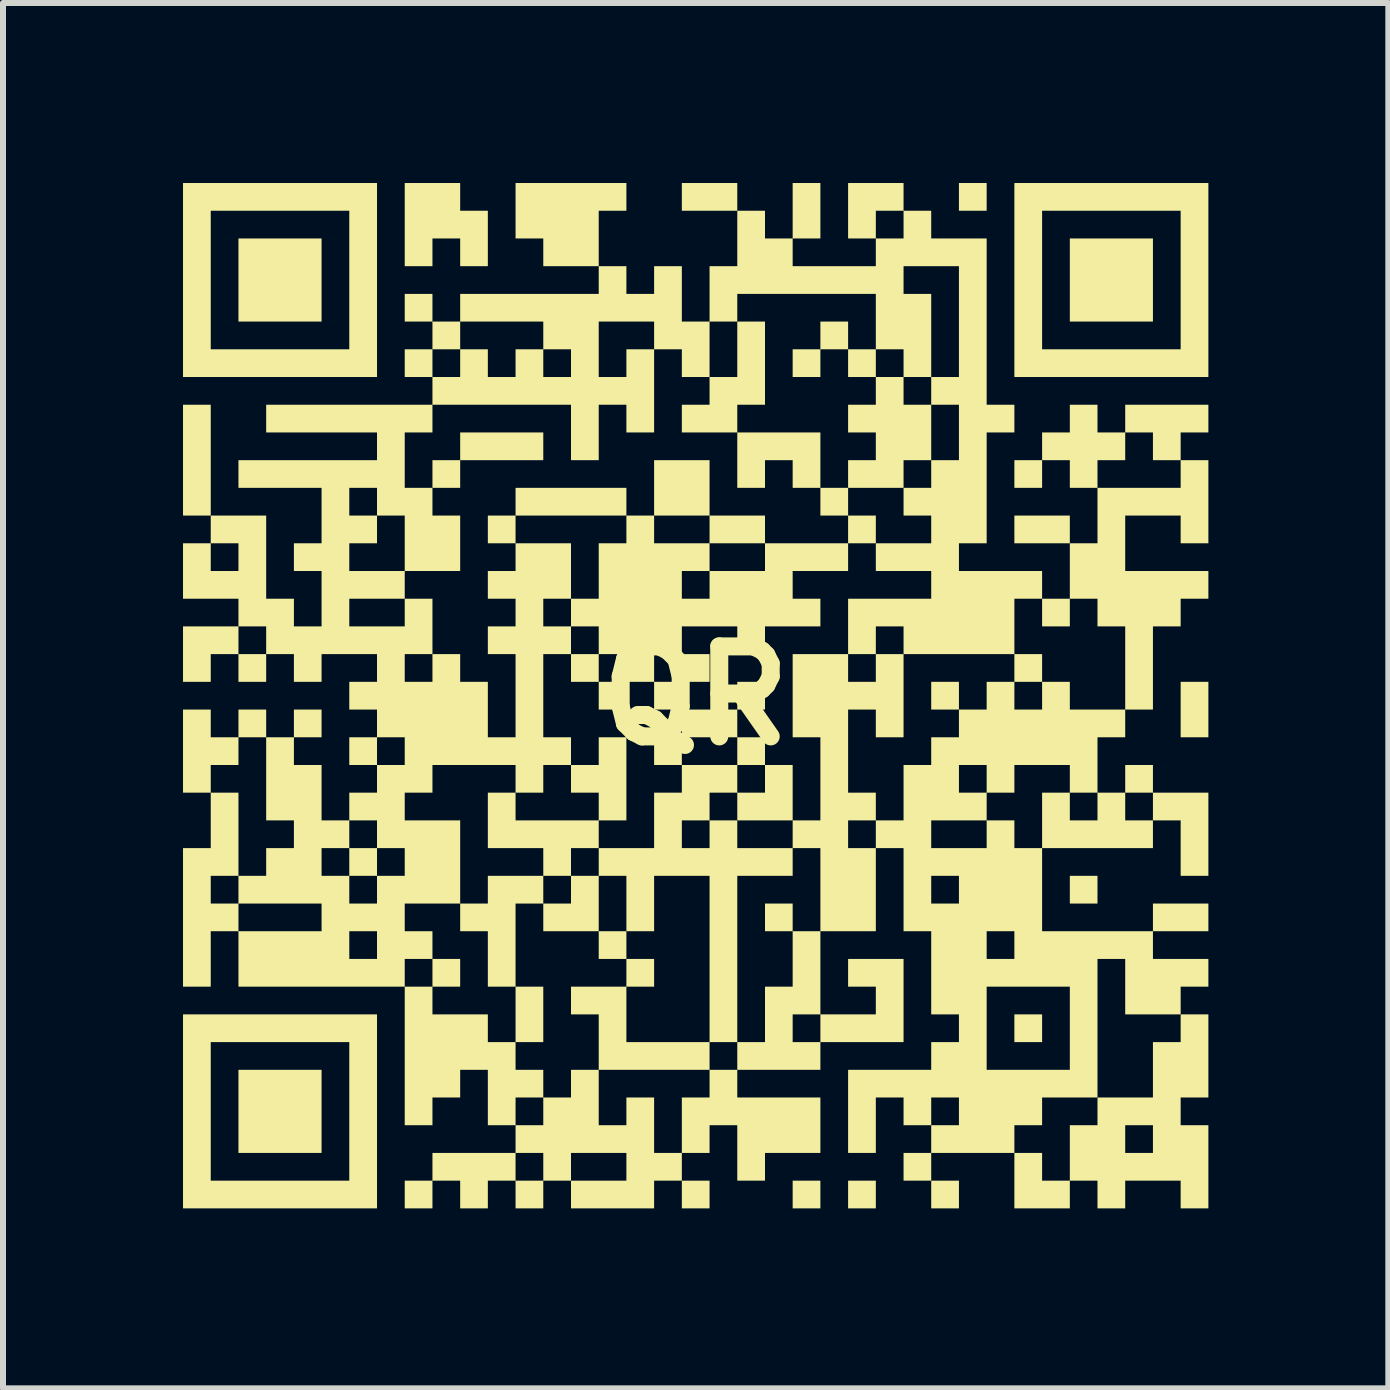
<source format=kicad_pcb>
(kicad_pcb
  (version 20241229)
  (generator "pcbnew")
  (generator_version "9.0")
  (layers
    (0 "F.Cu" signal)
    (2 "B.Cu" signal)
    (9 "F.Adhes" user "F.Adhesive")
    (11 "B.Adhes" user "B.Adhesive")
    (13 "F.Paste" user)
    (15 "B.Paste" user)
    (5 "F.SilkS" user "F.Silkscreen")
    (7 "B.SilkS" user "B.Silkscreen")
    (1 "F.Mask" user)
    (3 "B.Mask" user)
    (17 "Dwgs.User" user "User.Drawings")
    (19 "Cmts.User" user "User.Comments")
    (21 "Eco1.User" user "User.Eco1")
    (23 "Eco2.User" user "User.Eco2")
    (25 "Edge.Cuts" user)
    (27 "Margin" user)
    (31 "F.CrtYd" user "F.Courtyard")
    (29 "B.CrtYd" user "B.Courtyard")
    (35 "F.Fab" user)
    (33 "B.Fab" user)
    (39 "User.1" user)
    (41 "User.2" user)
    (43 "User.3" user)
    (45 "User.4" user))
  (footprint "QR"
    (layer "F.Cu")
    (at 8.544 8.544)
    (property "Reference" "QR" (at 0 0 0) (layer "F.SilkS") (effects (font (size 1.5 1.5) (thickness 0.3))))
    (attr board_only exclude_from_pos_files exclude_from_bom)
    (fp_poly (pts (xy -8.082 -3.925) (xy -8.082 -3.002) (xy -8.313 -3.002) (xy -8.544 -3.002) (xy -8.544 -3.925) (xy -8.544 -4.849) (xy -8.313 -4.849) (xy -8.082 -4.849)) (stroke (width 0) (type solid)) (fill yes) (layer "F.SilkS"))
    (fp_poly (pts (xy -6.235 -6.927) (xy -6.235 -6.235) (xy -6.927 -6.235) (xy -7.62 -6.235) (xy -7.62 -6.927) (xy -7.62 -7.62) (xy -6.927 -7.62) (xy -6.235 -7.62)) (stroke (width 0) (type solid)) (fill yes) (layer "F.SilkS"))
    (fp_poly (pts (xy -6.235 6.927) (xy -6.235 7.62) (xy -6.927 7.62) (xy -7.62 7.62) (xy -7.62 6.927) (xy -7.62 6.235) (xy -6.927 6.235) (xy -6.235 6.235)) (stroke (width 0) (type solid)) (fill yes) (layer "F.SilkS"))
    (fp_poly (pts (xy -5.311 2.771) (xy -5.311 3.002) (xy -5.542 3.002) (xy -5.773 3.002) (xy -5.773 2.771) (xy -5.773 2.54) (xy -5.542 2.54) (xy -5.311 2.54)) (stroke (width 0) (type solid)) (fill yes) (layer "F.SilkS"))
    (fp_poly (pts (xy -3.925 4.618) (xy -3.925 4.849) (xy -4.156 4.849) (xy -4.387 4.849) (xy -4.387 4.618) (xy -4.387 4.387) (xy -4.156 4.387) (xy -3.925 4.387)) (stroke (width 0) (type solid)) (fill yes) (layer "F.SilkS"))
    (fp_poly (pts (xy -2.54 5.311) (xy -2.54 5.773) (xy -2.771 5.773) (xy -3.002 5.773) (xy -3.002 5.311) (xy -3.002 4.849) (xy -2.771 4.849) (xy -2.54 4.849)) (stroke (width 0) (type solid)) (fill yes) (layer "F.SilkS"))
    (fp_poly (pts (xy -1.155 4.156) (xy -1.155 4.387) (xy -1.385 4.387) (xy -1.616 4.387) (xy -1.616 4.156) (xy -1.616 3.925) (xy -1.385 3.925) (xy -1.155 3.925)) (stroke (width 0) (type solid)) (fill yes) (layer "F.SilkS"))
    (fp_poly (pts (xy 0.231 8.313) (xy 0.231 8.544) (xy -0.000001 8.544) (xy -0.231 8.544) (xy -0.231 8.313) (xy -0.231 8.082) (xy -0.000001 8.082) (xy 0.231 8.082)) (stroke (width 0) (type solid)) (fill yes) (layer "F.SilkS"))
    (fp_poly (pts (xy 0.693 -8.313) (xy 0.693 -8.082) (xy 0.231 -8.082) (xy -0.231 -8.082) (xy -0.231 -8.313) (xy -0.231 -8.544) (xy 0.231 -8.544) (xy 0.693 -8.544)) (stroke (width 0) (type solid)) (fill yes) (layer "F.SilkS"))
    (fp_poly (pts (xy 1.616 3.695) (xy 1.616 3.925) (xy 1.385 3.925) (xy 1.155 3.925) (xy 1.155 3.695) (xy 1.155 3.464) (xy 1.385 3.464) (xy 1.616 3.464)) (stroke (width 0) (type solid)) (fill yes) (layer "F.SilkS"))
    (fp_poly (pts (xy 2.078 8.313) (xy 2.078 8.544) (xy 1.847 8.544) (xy 1.616 8.544) (xy 1.616 8.313) (xy 1.616 8.082) (xy 1.847 8.082) (xy 2.078 8.082)) (stroke (width 0) (type solid)) (fill yes) (layer "F.SilkS"))
    (fp_poly (pts (xy 3.002 -5.542) (xy 3.002 -5.311) (xy 2.771 -5.311) (xy 2.54 -5.311) (xy 2.54 -5.542) (xy 2.54 -5.773) (xy 2.771 -5.773) (xy 3.002 -5.773)) (stroke (width 0) (type solid)) (fill yes) (layer "F.SilkS"))
    (fp_poly (pts (xy 3.002 8.313) (xy 3.002 8.544) (xy 2.771 8.544) (xy 2.54 8.544) (xy 2.54 8.313) (xy 2.54 8.082) (xy 2.771 8.082) (xy 3.002 8.082)) (stroke (width 0) (type solid)) (fill yes) (layer "F.SilkS"))
    (fp_poly (pts (xy 4.387 -0.000001) (xy 4.387 0.231) (xy 4.156 0.231) (xy 3.925 0.231) (xy 3.925 -0.000001) (xy 3.925 -0.231) (xy 4.156 -0.231) (xy 4.387 -0.231)) (stroke (width 0) (type solid)) (fill yes) (layer "F.SilkS"))
    (fp_poly (pts (xy 4.387 8.313) (xy 4.387 8.544) (xy 4.156 8.544) (xy 3.925 8.544) (xy 3.925 8.313) (xy 3.925 8.082) (xy 4.156 8.082) (xy 4.387 8.082)) (stroke (width 0) (type solid)) (fill yes) (layer "F.SilkS"))
    (fp_poly (pts (xy 4.849 -8.313) (xy 4.849 -8.082) (xy 4.618 -8.082) (xy 4.387 -8.082) (xy 4.387 -8.313) (xy 4.387 -8.544) (xy 4.618 -8.544) (xy 4.849 -8.544)) (stroke (width 0) (type solid)) (fill yes) (layer "F.SilkS"))
    (fp_poly (pts (xy 5.773 -0.462) (xy 5.773 -0.231) (xy 5.542 -0.231) (xy 5.311 -0.231) (xy 5.311 -0.462) (xy 5.311 -0.693) (xy 5.542 -0.693) (xy 5.773 -0.693)) (stroke (width 0) (type solid)) (fill yes) (layer "F.SilkS"))
    (fp_poly (pts (xy 5.773 5.542) (xy 5.773 5.773) (xy 5.542 5.773) (xy 5.311 5.773) (xy 5.311 5.542) (xy 5.311 5.311) (xy 5.542 5.311) (xy 5.773 5.311)) (stroke (width 0) (type solid)) (fill yes) (layer "F.SilkS"))
    (fp_poly (pts (xy 6.696 3.233) (xy 6.696 3.464) (xy 6.465 3.464) (xy 6.235 3.464) (xy 6.235 3.233) (xy 6.235 3.002) (xy 6.465 3.002) (xy 6.696 3.002)) (stroke (width 0) (type solid)) (fill yes) (layer "F.SilkS"))
    (fp_poly (pts (xy 7.62 -6.927) (xy 7.62 -6.235) (xy 6.927 -6.235) (xy 6.235 -6.235) (xy 6.235 -6.927) (xy 6.235 -7.62) (xy 6.927 -7.62) (xy 7.62 -7.62)) (stroke (width 0) (type solid)) (fill yes) (layer "F.SilkS"))
    (fp_poly (pts (xy 8.544 0.231) (xy 8.544 0.693) (xy 8.313 0.693) (xy 8.082 0.693) (xy 8.082 0.231) (xy 8.082 -0.231) (xy 8.313 -0.231) (xy 8.544 -0.231)) (stroke (width 0) (type solid)) (fill yes) (layer "F.SilkS"))
    (fp_poly (pts (xy -2.54 -4.156) (xy -2.54 -3.925) (xy -3.233 -3.925) (xy -3.925 -3.925) (xy -3.925 -3.695) (xy -3.925 -3.464) (xy -4.156 -3.464) (xy -4.387 -3.464) (xy -4.387 -3.695) (xy -4.387 -3.925) (xy -4.156 -3.925) (xy -3.925 -3.925) (xy -3.925 -4.156) (xy -3.925 -4.387) (xy -3.233 -4.387) (xy -2.54 -4.387)) (stroke (width 0) (type solid)) (fill yes) (layer "F.SilkS"))
    (fp_poly (pts (xy -1.155 -8.313) (xy -1.155 -8.082) (xy -1.385 -8.082) (xy -1.616 -8.082) (xy -1.616 -7.62) (xy -1.616 -7.158) (xy -2.078 -7.158) (xy -2.54 -7.158) (xy -2.54 -7.389) (xy -2.54 -7.62) (xy -2.771 -7.62) (xy -3.002 -7.62) (xy -3.002 -8.082) (xy -3.002 -8.544) (xy -2.078 -8.544) (xy -1.155 -8.544)) (stroke (width 0) (type solid)) (fill yes) (layer "F.SilkS"))
    (fp_poly (pts (xy 2.54 -6.004) (xy 2.54 -5.773) (xy 2.309 -5.773) (xy 2.078 -5.773) (xy 2.078 -5.542) (xy 2.078 -5.311) (xy 1.847 -5.311) (xy 1.616 -5.311) (xy 1.616 -5.542) (xy 1.616 -5.773) (xy 1.847 -5.773) (xy 2.078 -5.773) (xy 2.078 -6.004) (xy 2.078 -6.235) (xy 2.309 -6.235) (xy 2.54 -6.235)) (stroke (width 0) (type solid)) (fill yes) (layer "F.SilkS"))
    (fp_poly (pts (xy -5.311 -6.927) (xy -5.311 -5.311) (xy -6.927 -5.311) (xy -8.544 -5.311) (xy -8.544 -6.927) (xy -8.082 -6.927) (xy -8.082 -5.773) (xy -6.927 -5.773) (xy -5.773 -5.773) (xy -5.773 -6.927) (xy -5.773 -8.082) (xy -6.927 -8.082) (xy -8.082 -8.082) (xy -8.082 -6.927) (xy -8.544 -6.927) (xy -8.544 -8.544) (xy -6.927 -8.544) (xy -5.311 -8.544)) (stroke (width 0) (type solid)) (fill yes) (layer "F.SilkS"))
    (fp_poly (pts (xy -5.311 6.927) (xy -5.311 8.544) (xy -6.927 8.544) (xy -8.544 8.544) (xy -8.544 6.927) (xy -8.082 6.927) (xy -8.082 8.082) (xy -6.927 8.082) (xy -5.773 8.082) (xy -5.773 6.927) (xy -5.773 5.773) (xy -6.927 5.773) (xy -8.082 5.773) (xy -8.082 6.927) (xy -8.544 6.927) (xy -8.544 5.311) (xy -6.927 5.311) (xy -5.311 5.311)) (stroke (width 0) (type solid)) (fill yes) (layer "F.SilkS"))
    (fp_poly (pts (xy 8.544 -6.927) (xy 8.544 -5.311) (xy 6.927 -5.311) (xy 5.311 -5.311) (xy 5.311 -6.927) (xy 5.773 -6.927) (xy 5.773 -5.773) (xy 6.927 -5.773) (xy 8.082 -5.773) (xy 8.082 -6.927) (xy 8.082 -8.082) (xy 6.927 -8.082) (xy 5.773 -8.082) (xy 5.773 -6.927) (xy 5.311 -6.927) (xy 5.311 -8.544) (xy 6.927 -8.544) (xy 8.544 -8.544)) (stroke (width 0) (type solid)) (fill yes) (layer "F.SilkS"))
    (fp_poly (pts (xy -3.925 -8.313) (xy -3.925 -8.082) (xy -3.695 -8.082) (xy -3.464 -8.082) (xy -3.464 -7.62) (xy -3.464 -7.158) (xy -3.695 -7.158) (xy -3.925 -7.158) (xy -3.925 -7.389) (xy -3.925 -7.62) (xy -4.156 -7.62) (xy -4.387 -7.62) (xy -4.387 -7.389) (xy -4.387 -7.158) (xy -4.618 -7.158) (xy -4.849 -7.158) (xy -4.849 -7.851) (xy -4.849 -8.544) (xy -4.387 -8.544) (xy -3.925 -8.544)) (stroke (width 0) (type solid)) (fill yes) (layer "F.SilkS"))
    (fp_poly (pts (xy 1.155 -5.542) (xy 1.155 -4.849) (xy 0.924 -4.849) (xy 0.693 -4.849) (xy 0.693 -4.618) (xy 0.693 -4.387) (xy 0.231 -4.387) (xy -0.231 -4.387) (xy -0.231 -4.618) (xy -0.231 -4.849) (xy -0.000001 -4.849) (xy 0.231 -4.849) (xy 0.231 -5.08) (xy 0.231 -5.311) (xy 0.462 -5.311) (xy 0.693 -5.311) (xy 0.693 -5.773) (xy 0.693 -6.235) (xy 0.924 -6.235) (xy 1.155 -6.235)) (stroke (width 0) (type solid)) (fill yes) (layer "F.SilkS"))
    (fp_poly (pts (xy 3.464 -5.08) (xy 3.464 -4.849) (xy 3.695 -4.849) (xy 3.925 -4.849) (xy 3.925 -4.387) (xy 3.925 -3.925) (xy 3.695 -3.925) (xy 3.464 -3.925) (xy 3.464 -3.695) (xy 3.464 -3.464) (xy 3.002 -3.464) (xy 2.54 -3.464) (xy 2.54 -3.233) (xy 2.54 -3.002) (xy 2.309 -3.002) (xy 2.078 -3.002) (xy 2.078 -3.233) (xy 2.078 -3.464) (xy 1.847 -3.464) (xy 1.616 -3.464) (xy 1.616 -3.695) (xy 1.616 -3.925) (xy 1.385 -3.925) (xy 1.155 -3.925) (xy 1.155 -3.695) (xy 1.155 -3.464) (xy 0.924 -3.464) (xy 0.693 -3.464) (xy 0.693 -3.925) (xy 0.693 -4.387) (xy 1.385 -4.387) (xy 2.078 -4.387) (xy 2.078 -3.925) (xy 2.078 -3.464) (xy 2.309 -3.464) (xy 2.54 -3.464) (xy 2.54 -3.695) (xy 2.54 -3.925) (xy 2.771 -3.925) (xy 3.002 -3.925) (xy 3.002 -4.156) (xy 3.002 -4.387) (xy 2.771 -4.387) (xy 2.54 -4.387) (xy 2.54 -4.618) (xy 2.54 -4.849) (xy 2.771 -4.849) (xy 3.002 -4.849) (xy 3.002 -5.08) (xy 3.002 -5.311) (xy 3.233 -5.311) (xy 3.464 -5.311)) (stroke (width 0) (type solid)) (fill yes) (layer "F.SilkS"))
    (fp_poly (pts (xy 8.544 6.004) (xy 8.544 6.696) (xy 8.313 6.696) (xy 8.082 6.696) (xy 8.082 6.927) (xy 8.082 7.158) (xy 8.313 7.158) (xy 8.544 7.158) (xy 8.544 7.851) (xy 8.544 8.544) (xy 8.313 8.544) (xy 8.082 8.544) (xy 8.082 8.313) (xy 8.082 8.082) (xy 7.62 8.082) (xy 7.158 8.082) (xy 7.158 8.313) (xy 7.158 8.544) (xy 6.927 8.544) (xy 6.696 8.544) (xy 6.696 8.313) (xy 6.696 8.082) (xy 6.465 8.082) (xy 6.235 8.082) (xy 6.235 8.313) (xy 6.235 8.544) (xy 5.773 8.544) (xy 5.311 8.544) (xy 5.311 8.082) (xy 5.311 7.62) (xy 5.542 7.62) (xy 5.773 7.62) (xy 5.773 7.851) (xy 5.773 8.082) (xy 6.004 8.082) (xy 6.235 8.082) (xy 6.235 7.62) (xy 6.235 7.389) (xy 7.158 7.389) (xy 7.158 7.62) (xy 7.389 7.62) (xy 7.62 7.62) (xy 7.62 7.389) (xy 7.62 7.158) (xy 7.389 7.158) (xy 7.158 7.158) (xy 7.158 7.389) (xy 6.235 7.389) (xy 6.235 7.158) (xy 6.465 7.158) (xy 6.696 7.158) (xy 6.696 6.927) (xy 6.696 6.696) (xy 7.158 6.696) (xy 7.62 6.696) (xy 7.62 6.235) (xy 7.62 5.773) (xy 7.851 5.773) (xy 8.082 5.773) (xy 8.082 5.542) (xy 8.082 5.311) (xy 8.313 5.311) (xy 8.544 5.311)) (stroke (width 0) (type solid)) (fill yes) (layer "F.SilkS"))
    (fp_poly (pts (xy 0.231 -3.464) (xy 0.231 -3.002) (xy -0.231 -3.002) (xy -0.693 -3.002) (xy -0.693 -2.771) (xy -0.693 -2.54) (xy -0.231 -2.54) (xy 0.231 -2.54) (xy 0.231 -2.771) (xy 0.231 -3.002) (xy 0.693 -3.002) (xy 1.155 -3.002) (xy 1.155 -2.771) (xy 1.155 -2.54) (xy 1.847 -2.54) (xy 2.54 -2.54) (xy 2.54 -2.771) (xy 2.54 -3.002) (xy 2.771 -3.002) (xy 3.002 -3.002) (xy 3.002 -2.771) (xy 3.002 -2.54) (xy 2.771 -2.54) (xy 2.54 -2.54) (xy 2.54 -2.309) (xy 2.54 -2.078) (xy 2.078 -2.078) (xy 1.616 -2.078) (xy 1.616 -1.847) (xy 1.616 -1.616) (xy 1.847 -1.616) (xy 2.078 -1.616) (xy 2.078 -1.385) (xy 2.078 -1.155) (xy 1.616 -1.155) (xy 1.155 -1.155) (xy 1.155 -0.924) (xy 1.155 -0.693) (xy 0.924 -0.693) (xy 0.693 -0.693) (xy 0.693 -0.924) (xy 0.693 -1.155) (xy 0.231 -1.155) (xy -0.231 -1.155) (xy -0.231 -0.924) (xy -0.231 -0.693) (xy -0.462 -0.693) (xy -0.693 -0.693) (xy -0.693 -0.462) (xy -0.693 -0.231) (xy -0.462 -0.231) (xy -0.231 -0.231) (xy -0.231 -0.462) (xy -0.231 -0.693) (xy -0.000001 -0.693) (xy 0.231 -0.693) (xy 0.231 -0.462) (xy 0.231 -0.231) (xy -0.000001 -0.231) (xy -0.231 -0.231) (xy -0.231 -0.000001) (xy -0.231 0.231) (xy 0.231 0.231) (xy 0.693 0.231) (xy 0.693 -0.000001) (xy 0.693 -0.231) (xy 0.924 -0.231) (xy 1.155 -0.231) (xy 1.155 -0.000001) (xy 1.155 0.231) (xy 0.924 0.231) (xy 0.693 0.231) (xy 0.693 0.462) (xy 0.693 0.693) (xy 0.231 0.693) (xy -0.231 0.693) (xy -0.231 0.924) (xy -0.231 1.155) (xy 0.231 1.155) (xy 0.693 1.155) (xy 0.693 0.924) (xy 0.693 0.693) (xy 0.924 0.693) (xy 1.155 0.693) (xy 1.155 0.924) (xy 1.155 1.155) (xy 0.924 1.155) (xy 0.693 1.155) (xy 0.693 1.385) (xy 0.693 1.616) (xy 0.462 1.616) (xy 0.231 1.616) (xy 0.231 1.847) (xy 0.231 2.078) (xy -0.000001 2.078) (xy -0.231 2.078) (xy -0.231 2.309) (xy -0.231 2.54) (xy -0.000001 2.54) (xy 0.231 2.54) (xy 0.231 2.309) (xy 0.231 2.078) (xy 0.462 2.078) (xy 0.693 2.078) (xy 0.693 1.847) (xy 0.693 1.616) (xy 0.924 1.616) (xy 1.155 1.616) (xy 1.155 1.385) (xy 1.155 1.155) (xy 1.385 1.155) (xy 1.616 1.155) (xy 1.616 1.616) (xy 1.616 2.078) (xy 1.155 2.078) (xy 0.693 2.078) (xy 0.693 2.309) (xy 0.693 2.54) (xy 1.155 2.54) (xy 1.616 2.54) (xy 1.616 2.771) (xy 1.616 3.002) (xy 1.155 3.002) (xy 0.693 3.002) (xy 0.693 4.387) (xy 0.693 5.773) (xy 0.462 5.773) (xy 0.231 5.773) (xy 0.231 6.004) (xy 0.231 6.235) (xy -0.693 6.235) (xy -1.616 6.235) (xy -1.616 5.773) (xy -1.616 5.311) (xy -1.847 5.311) (xy -2.078 5.311) (xy -2.078 5.08) (xy -2.078 4.849) (xy -1.616 4.849) (xy -1.155 4.849) (xy -1.155 4.618) (xy -1.155 4.387) (xy -0.924 4.387) (xy -0.693 4.387) (xy -0.693 4.618) (xy -0.693 4.849) (xy -0.924 4.849) (xy -1.155 4.849) (xy -1.155 5.311) (xy -1.155 5.773) (xy -0.462 5.773) (xy 0.231 5.773) (xy 0.231 4.387) (xy 0.231 3.002) (xy -0.231 3.002) (xy -0.693 3.002) (xy -0.693 3.464) (xy -0.693 3.925) (xy -0.924 3.925) (xy -1.155 3.925) (xy -1.155 3.464) (xy -1.155 3.002) (xy -1.385 3.002) (xy -1.616 3.002) (xy -1.616 3.464) (xy -1.616 3.925) (xy -2.078 3.925) (xy -2.54 3.925) (xy -2.54 3.695) (xy -2.54 3.464) (xy -2.771 3.464) (xy -3.002 3.464) (xy -3.002 4.156) (xy -3.002 4.849) (xy -3.233 4.849) (xy -3.464 4.849) (xy -3.464 4.387) (xy -3.464 3.925) (xy -3.695 3.925) (xy -3.925 3.925) (xy -3.925 3.695) (xy -3.925 3.464) (xy -3.695 3.464) (xy -3.464 3.464) (xy -3.464 3.233) (xy -3.464 3.002) (xy -3.002 3.002) (xy -2.54 3.002) (xy -2.54 3.233) (xy -2.54 3.464) (xy -2.309 3.464) (xy -2.078 3.464) (xy -2.078 3.233) (xy -2.078 3.002) (xy -1.847 3.002) (xy -1.616 3.002) (xy -1.616 2.771) (xy -1.616 2.54) (xy -1.847 2.54) (xy -2.078 2.54) (xy -2.078 2.771) (xy -2.078 3.002) (xy -2.309 3.002) (xy -2.54 3.002) (xy -2.54 2.771) (xy -2.54 2.54) (xy -3.002 2.54) (xy -3.464 2.54) (xy -3.464 2.078) (xy -3.464 1.616) (xy -3.233 1.616) (xy -3.002 1.616) (xy -3.002 1.847) (xy -3.002 2.078) (xy -2.309 2.078) (xy -1.616 2.078) (xy -1.616 1.847) (xy -1.616 1.616) (xy -1.847 1.616) (xy -2.078 1.616) (xy -2.078 1.385) (xy -2.078 1.155) (xy -1.847 1.155) (xy -1.616 1.155) (xy -1.616 0.924) (xy -1.616 0.693) (xy -1.385 0.693) (xy -1.155 0.693) (xy -1.155 1.385) (xy -1.155 2.078) (xy -1.385 2.078) (xy -1.616 2.078) (xy -1.616 2.309) (xy -1.616 2.54) (xy -1.155 2.54) (xy -0.693 2.54) (xy -0.693 2.078) (xy -0.693 1.616) (xy -0.462 1.616) (xy -0.231 1.616) (xy -0.231 1.385) (xy -0.231 1.155) (xy -0.462 1.155) (xy -0.693 1.155) (xy -0.693 0.924) (xy -0.693 0.693) (xy -0.462 0.693) (xy -0.231 0.693) (xy -0.231 0.462) (xy -0.231 0.231) (xy -0.462 0.231) (xy -0.693 0.231) (xy -0.693 -0.000001) (xy -0.693 -0.231) (xy -0.924 -0.231) (xy -1.155 -0.231) (xy -1.155 -0.000001) (xy -1.155 0.231) (xy -1.385 0.231) (xy -1.616 0.231) (xy -1.616 -0.000001) (xy -1.616 -0.231) (xy -1.847 -0.231) (xy -2.078 -0.231) (xy -2.078 -0.462) (xy -1.616 -0.462) (xy -1.616 -0.231) (xy -1.385 -0.231) (xy -1.155 -0.231) (xy -1.155 -0.462) (xy -1.155 -0.693) (xy -1.385 -0.693) (xy -1.616 -0.693) (xy -1.616 -0.462) (xy -2.078 -0.462) (xy -2.078 -0.693) (xy -1.847 -0.693) (xy -1.616 -0.693) (xy -1.616 -0.924) (xy -1.616 -1.155) (xy -1.847 -1.155) (xy -2.078 -1.155) (xy -2.078 -1.385) (xy -2.078 -1.616) (xy -1.847 -1.616) (xy -1.616 -1.616) (xy -1.616 -2.078) (xy -0.231 -2.078) (xy -0.231 -1.847) (xy -0.231 -1.616) (xy -0.000001 -1.616) (xy 0.231 -1.616) (xy 0.231 -1.847) (xy 0.231 -2.078) (xy 0.693 -2.078) (xy 1.155 -2.078) (xy 1.155 -2.309) (xy 1.155 -2.54) (xy 0.693 -2.54) (xy 0.231 -2.54) (xy 0.231 -2.309) (xy 0.231 -2.078) (xy -0.000001 -2.078) (xy -0.231 -2.078) (xy -1.616 -2.078) (xy -1.616 -2.54) (xy -1.385 -2.54) (xy -1.155 -2.54) (xy -1.155 -2.771) (xy -1.155 -3.002) (xy -2.078 -3.002) (xy -3.002 -3.002) (xy -3.002 -2.771) (xy -3.002 -2.54) (xy -3.233 -2.54) (xy -3.464 -2.54) (xy -3.464 -2.771) (xy -3.464 -3.002) (xy -3.233 -3.002) (xy -3.002 -3.002) (xy -3.002 -3.233) (xy -3.002 -3.464) (xy -2.078 -3.464) (xy -1.155 -3.464) (xy -1.155 -3.233) (xy -1.155 -3.002) (xy -0.924 -3.002) (xy -0.693 -3.002) (xy -0.693 -3.464) (xy -0.693 -3.925) (xy -0.231 -3.925) (xy 0.231 -3.925)) (stroke (width 0) (type solid)) (fill yes) (layer "F.SilkS"))
    (fp_poly (pts (xy 2.078 -8.082) (xy 2.078 -7.62) (xy 1.847 -7.62) (xy 1.616 -7.62) (xy 1.616 -7.389) (xy 1.616 -7.158) (xy 2.309 -7.158) (xy 3.002 -7.158) (xy 3.002 -7.389) (xy 3.002 -7.62) (xy 2.771 -7.62) (xy 2.54 -7.62) (xy 2.54 -8.082) (xy 2.54 -8.544) (xy 3.002 -8.544) (xy 3.464 -8.544) (xy 3.464 -8.313) (xy 3.464 -8.082) (xy 3.233 -8.082) (xy 3.002 -8.082) (xy 3.002 -7.851) (xy 3.002 -7.62) (xy 3.233 -7.62) (xy 3.464 -7.62) (xy 3.464 -7.851) (xy 3.464 -8.082) (xy 3.695 -8.082) (xy 3.925 -8.082) (xy 3.925 -7.851) (xy 3.925 -7.62) (xy 4.387 -7.62) (xy 4.849 -7.62) (xy 4.849 -6.235) (xy 4.849 -4.849) (xy 5.08 -4.849) (xy 5.311 -4.849) (xy 5.311 -4.618) (xy 5.311 -4.387) (xy 5.08 -4.387) (xy 4.849 -4.387) (xy 4.849 -3.464) (xy 4.849 -2.54) (xy 4.618 -2.54) (xy 4.387 -2.54) (xy 4.387 -2.309) (xy 4.387 -2.078) (xy 5.08 -2.078) (xy 5.773 -2.078) (xy 5.773 -1.847) (xy 5.773 -1.616) (xy 6.004 -1.616) (xy 6.235 -1.616) (xy 6.235 -2.078) (xy 6.235 -2.54) (xy 5.773 -2.54) (xy 5.311 -2.54) (xy 5.311 -2.771) (xy 5.311 -3.002) (xy 5.773 -3.002) (xy 6.235 -3.002) (xy 6.235 -2.771) (xy 6.235 -2.54) (xy 6.465 -2.54) (xy 6.696 -2.54) (xy 6.696 -3.002) (xy 6.696 -3.464) (xy 6.465 -3.464) (xy 6.235 -3.464) (xy 6.235 -3.695) (xy 6.235 -3.925) (xy 6.004 -3.925) (xy 5.773 -3.925) (xy 5.773 -3.695) (xy 5.773 -3.464) (xy 5.542 -3.464) (xy 5.311 -3.464) (xy 5.311 -3.695) (xy 5.311 -3.925) (xy 5.542 -3.925) (xy 5.773 -3.925) (xy 5.773 -4.156) (xy 5.773 -4.387) (xy 6.004 -4.387) (xy 6.235 -4.387) (xy 6.235 -4.618) (xy 6.235 -4.849) (xy 6.465 -4.849) (xy 6.696 -4.849) (xy 6.696 -4.618) (xy 6.696 -4.387) (xy 6.927 -4.387) (xy 7.158 -4.387) (xy 7.158 -4.618) (xy 7.158 -4.849) (xy 7.851 -4.849) (xy 8.544 -4.849) (xy 8.544 -4.618) (xy 8.544 -4.387) (xy 8.313 -4.387) (xy 8.082 -4.387) (xy 8.082 -4.156) (xy 8.082 -3.925) (xy 7.851 -3.925) (xy 7.62 -3.925) (xy 7.62 -4.156) (xy 7.62 -4.387) (xy 7.389 -4.387) (xy 7.158 -4.387) (xy 7.158 -4.156) (xy 7.158 -3.925) (xy 6.927 -3.925) (xy 6.696 -3.925) (xy 6.696 -3.695) (xy 6.696 -3.464) (xy 7.389 -3.464) (xy 8.082 -3.464) (xy 8.082 -3.695) (xy 8.082 -3.925) (xy 8.313 -3.925) (xy 8.544 -3.925) (xy 8.544 -3.233) (xy 8.544 -2.54) (xy 8.313 -2.54) (xy 8.082 -2.54) (xy 8.082 -2.771) (xy 8.082 -3.002) (xy 7.62 -3.002) (xy 7.158 -3.002) (xy 7.158 -2.54) (xy 7.158 -2.078) (xy 7.851 -2.078) (xy 8.544 -2.078) (xy 8.544 -1.847) (xy 8.544 -1.616) (xy 8.313 -1.616) (xy 8.082 -1.616) (xy 8.082 -1.385) (xy 8.082 -1.155) (xy 7.851 -1.155) (xy 7.62 -1.155) (xy 7.62 -0.462) (xy 7.62 0.231) (xy 7.389 0.231) (xy 7.158 0.231) (xy 7.158 0.462) (xy 7.158 0.693) (xy 6.927 0.693) (xy 6.696 0.693) (xy 6.696 1.155) (xy 6.696 1.616) (xy 6.927 1.616) (xy 7.158 1.616) (xy 7.158 1.385) (xy 7.158 1.155) (xy 7.389 1.155) (xy 7.62 1.155) (xy 7.62 1.385) (xy 7.62 1.616) (xy 7.389 1.616) (xy 7.158 1.616) (xy 7.158 1.847) (xy 7.158 2.078) (xy 7.389 2.078) (xy 7.62 2.078) (xy 7.62 1.847) (xy 7.62 1.616) (xy 8.082 1.616) (xy 8.544 1.616) (xy 8.544 2.309) (xy 8.544 3.002) (xy 8.313 3.002) (xy 8.082 3.002) (xy 8.082 2.54) (xy 8.082 2.078) (xy 7.851 2.078) (xy 7.62 2.078) (xy 7.62 2.309) (xy 7.62 2.54) (xy 6.696 2.54) (xy 5.773 2.54) (xy 5.773 3.233) (xy 5.773 3.925) (xy 6.696 3.925) (xy 7.62 3.925) (xy 7.62 3.695) (xy 7.62 3.464) (xy 8.082 3.464) (xy 8.544 3.464) (xy 8.544 3.695) (xy 8.544 3.925) (xy 8.082 3.925) (xy 7.62 3.925) (xy 7.62 4.156) (xy 7.62 4.387) (xy 8.082 4.387) (xy 8.544 4.387) (xy 8.544 4.618) (xy 8.544 4.849) (xy 8.313 4.849) (xy 8.082 4.849) (xy 8.082 5.08) (xy 8.082 5.311) (xy 7.62 5.311) (xy 7.158 5.311) (xy 7.158 4.849) (xy 7.158 4.387) (xy 6.927 4.387) (xy 6.696 4.387) (xy 6.696 5.542) (xy 6.696 6.696) (xy 6.235 6.696) (xy 5.773 6.696) (xy 5.773 6.927) (xy 5.773 7.158) (xy 5.542 7.158) (xy 5.311 7.158) (xy 5.311 7.389) (xy 5.311 7.62) (xy 4.618 7.62) (xy 3.925 7.62) (xy 3.925 7.851) (xy 3.925 8.082) (xy 3.695 8.082) (xy 3.464 8.082) (xy 3.464 7.851) (xy 3.464 7.62) (xy 3.695 7.62) (xy 3.925 7.62) (xy 3.925 7.389) (xy 3.925 7.158) (xy 3.695 7.158) (xy 3.464 7.158) (xy 3.464 6.927) (xy 3.925 6.927) (xy 3.925 7.158) (xy 4.156 7.158) (xy 4.387 7.158) (xy 4.387 6.927) (xy 4.387 6.696) (xy 4.156 6.696) (xy 3.925 6.696) (xy 3.925 6.927) (xy 3.464 6.927) (xy 3.464 6.696) (xy 3.233 6.696) (xy 3.002 6.696) (xy 3.002 7.158) (xy 3.002 7.62) (xy 2.771 7.62) (xy 2.54 7.62) (xy 2.54 6.927) (xy 2.54 6.235) (xy 3.233 6.235) (xy 3.925 6.235) (xy 3.925 6.004) (xy 3.925 5.773) (xy 4.156 5.773) (xy 4.387 5.773) (xy 4.387 5.542) (xy 4.849 5.542) (xy 4.849 6.235) (xy 5.542 6.235) (xy 6.235 6.235) (xy 6.235 5.542) (xy 6.235 4.849) (xy 5.542 4.849) (xy 4.849 4.849) (xy 4.849 5.542) (xy 4.387 5.542) (xy 4.387 5.311) (xy 4.156 5.311) (xy 3.925 5.311) (xy 3.925 4.618) (xy 3.925 4.156) (xy 4.849 4.156) (xy 4.849 4.387) (xy 5.08 4.387) (xy 5.311 4.387) (xy 5.311 4.156) (xy 5.311 3.925) (xy 5.08 3.925) (xy 4.849 3.925) (xy 4.849 4.156) (xy 3.925 4.156) (xy 3.925 3.925) (xy 3.695 3.925) (xy 3.464 3.925) (xy 3.464 3.233) (xy 3.925 3.233) (xy 3.925 3.464) (xy 4.156 3.464) (xy 4.387 3.464) (xy 4.387 3.233) (xy 4.387 3.002) (xy 4.156 3.002) (xy 3.925 3.002) (xy 3.925 3.233) (xy 3.464 3.233) (xy 3.464 2.54) (xy 3.233 2.54) (xy 3.002 2.54) (xy 3.002 3.233) (xy 3.002 3.925) (xy 2.54 3.925) (xy 2.078 3.925) (xy 2.078 4.618) (xy 2.078 5.311) (xy 2.54 5.311) (xy 3.002 5.311) (xy 3.002 5.08) (xy 3.002 4.849) (xy 2.771 4.849) (xy 2.54 4.849) (xy 2.54 4.618) (xy 2.54 4.387) (xy 3.002 4.387) (xy 3.464 4.387) (xy 3.464 5.08) (xy 3.464 5.773) (xy 2.771 5.773) (xy 2.078 5.773) (xy 2.078 6.004) (xy 2.078 6.235) (xy 1.385 6.235) (xy 0.693 6.235) (xy 0.693 6.465) (xy 0.693 6.696) (xy 1.385 6.696) (xy 2.078 6.696) (xy 2.078 7.158) (xy 2.078 7.62) (xy 1.616 7.62) (xy 1.155 7.62) (xy 1.155 7.851) (xy 1.155 8.082) (xy 0.924 8.082) (xy 0.693 8.082) (xy 0.693 7.62) (xy 0.693 7.158) (xy 0.462 7.158) (xy 0.231 7.158) (xy 0.231 7.389) (xy 0.231 7.62) (xy -0.000001 7.62) (xy -0.231 7.62) (xy -0.231 7.851) (xy -0.231 8.082) (xy -0.462 8.082) (xy -0.693 8.082) (xy -0.693 8.313) (xy -0.693 8.544) (xy -1.385 8.544) (xy -2.078 8.544) (xy -2.078 8.313) (xy -2.078 8.082) (xy -2.309 8.082) (xy -2.54 8.082) (xy -2.54 8.313) (xy -2.54 8.544) (xy -2.771 8.544) (xy -3.002 8.544) (xy -3.002 8.313) (xy -3.002 8.082) (xy -3.233 8.082) (xy -3.464 8.082) (xy -3.464 8.313) (xy -3.464 8.544) (xy -3.695 8.544) (xy -3.925 8.544) (xy -3.925 8.313) (xy -3.925 8.082) (xy -4.156 8.082) (xy -4.387 8.082) (xy -4.387 8.313) (xy -4.387 8.544) (xy -4.618 8.544) (xy -4.849 8.544) (xy -4.849 8.313) (xy -4.849 8.082) (xy -4.618 8.082) (xy -4.387 8.082) (xy -4.387 7.851) (xy -3.002 7.851) (xy -3.002 8.082) (xy -2.771 8.082) (xy -2.54 8.082) (xy -2.54 7.851) (xy -2.078 7.851) (xy -2.078 8.082) (xy -1.616 8.082) (xy -1.155 8.082) (xy -1.155 7.851) (xy -1.155 7.62) (xy -1.616 7.62) (xy -2.078 7.62) (xy -2.078 7.851) (xy -2.54 7.851) (xy -2.54 7.62) (xy -2.771 7.62) (xy -3.002 7.62) (xy -3.002 7.851) (xy -4.387 7.851) (xy -4.387 7.62) (xy -3.695 7.62) (xy -3.002 7.62) (xy -3.002 7.389) (xy -3.002 7.158) (xy -3.233 7.158) (xy -3.464 7.158) (xy -3.464 6.696) (xy -3.464 6.235) (xy -3.695 6.235) (xy -3.925 6.235) (xy -3.925 6.465) (xy -3.925 6.696) (xy -4.156 6.696) (xy -4.387 6.696) (xy -4.387 6.927) (xy -4.387 7.158) (xy -4.618 7.158) (xy -4.849 7.158) (xy -4.849 6.004) (xy -4.849 4.849) (xy -4.618 4.849) (xy -4.387 4.849) (xy -4.387 5.08) (xy -4.387 5.311) (xy -3.925 5.311) (xy -3.464 5.311) (xy -3.464 5.542) (xy -3.464 5.773) (xy -3.233 5.773) (xy -3.002 5.773) (xy -3.002 6.004) (xy -3.002 6.235) (xy -2.771 6.235) (xy -2.54 6.235) (xy -2.54 6.465) (xy -2.54 6.696) (xy -2.771 6.696) (xy -3.002 6.696) (xy -3.002 6.927) (xy -3.002 7.158) (xy -2.771 7.158) (xy -2.54 7.158) (xy -2.54 6.927) (xy -2.54 6.696) (xy -2.309 6.696) (xy -2.078 6.696) (xy -2.078 6.465) (xy -2.078 6.235) (xy -1.847 6.235) (xy -1.616 6.235) (xy -1.616 6.696) (xy -1.616 7.158) (xy -1.385 7.158) (xy -1.155 7.158) (xy -1.155 6.927) (xy -1.155 6.696) (xy -0.924 6.696) (xy -0.693 6.696) (xy -0.693 7.158) (xy -0.693 7.62) (xy -0.462 7.62) (xy -0.231 7.62) (xy -0.231 7.158) (xy -0.231 6.696) (xy -0.000001 6.696) (xy 0.231 6.696) (xy 0.231 6.465) (xy 0.231 6.235) (xy 0.462 6.235) (xy 0.693 6.235) (xy 0.693 6.004) (xy 0.693 5.773) (xy 0.924 5.773) (xy 1.155 5.773) (xy 1.155 5.542) (xy 1.616 5.542) (xy 1.616 5.773) (xy 1.847 5.773) (xy 2.078 5.773) (xy 2.078 5.542) (xy 2.078 5.311) (xy 1.847 5.311) (xy 1.616 5.311) (xy 1.616 5.542) (xy 1.155 5.542) (xy 1.155 5.311) (xy 1.155 4.849) (xy 1.385 4.849) (xy 1.616 4.849) (xy 1.616 4.387) (xy 1.616 3.925) (xy 1.847 3.925) (xy 2.078 3.925) (xy 2.078 3.233) (xy 2.078 2.54) (xy 1.847 2.54) (xy 1.616 2.54) (xy 1.616 2.309) (xy 1.616 2.078) (xy 1.847 2.078) (xy 2.078 2.078) (xy 2.078 1.385) (xy 2.078 0.693) (xy 1.847 0.693) (xy 1.616 0.693) (xy 1.616 -0.000001) (xy 1.616 -0.693) (xy 2.078 -0.693) (xy 2.54 -0.693) (xy 2.54 -0.462) (xy 2.54 -0.231) (xy 2.771 -0.231) (xy 3.002 -0.231) (xy 3.002 -0.462) (xy 3.002 -0.693) (xy 3.233 -0.693) (xy 3.464 -0.693) (xy 3.464 -0.000001) (xy 3.464 0.693) (xy 3.233 0.693) (xy 3.002 0.693) (xy 3.002 0.462) (xy 3.002 0.231) (xy 2.771 0.231) (xy 2.54 0.231) (xy 2.54 0.924) (xy 2.54 1.616) (xy 2.771 1.616) (xy 3.002 1.616) (xy 3.002 1.847) (xy 3.002 2.078) (xy 2.771 2.078) (xy 2.54 2.078) (xy 2.54 2.309) (xy 2.54 2.54) (xy 2.771 2.54) (xy 3.002 2.54) (xy 3.002 2.309) (xy 3.002 2.078) (xy 3.233 2.078) (xy 3.464 2.078) (xy 3.925 2.078) (xy 3.925 2.309) (xy 3.925 2.54) (xy 4.387 2.54) (xy 4.849 2.54) (xy 4.849 2.309) (xy 4.849 2.078) (xy 5.08 2.078) (xy 5.311 2.078) (xy 5.311 2.309) (xy 5.311 2.54) (xy 5.542 2.54) (xy 5.773 2.54) (xy 5.773 2.078) (xy 5.773 1.847) (xy 6.235 1.847) (xy 6.235 2.078) (xy 6.465 2.078) (xy 6.696 2.078) (xy 6.696 1.847) (xy 6.696 1.616) (xy 6.465 1.616) (xy 6.235 1.616) (xy 6.235 1.847) (xy 5.773 1.847) (xy 5.773 1.616) (xy 6.004 1.616) (xy 6.235 1.616) (xy 6.235 1.385) (xy 6.235 1.155) (xy 5.773 1.155) (xy 5.311 1.155) (xy 5.311 1.385) (xy 5.311 1.616) (xy 5.08 1.616) (xy 4.849 1.616) (xy 4.849 1.385) (xy 4.849 1.155) (xy 4.618 1.155) (xy 4.387 1.155) (xy 4.387 1.385) (xy 4.387 1.616) (xy 4.618 1.616) (xy 4.849 1.616) (xy 4.849 1.847) (xy 4.849 2.078) (xy 4.387 2.078) (xy 3.925 2.078) (xy 3.464 2.078) (xy 3.464 1.616) (xy 3.464 1.155) (xy 3.695 1.155) (xy 3.925 1.155) (xy 3.925 0.924) (xy 3.925 0.693) (xy 4.156 0.693) (xy 4.387 0.693) (xy 4.387 0.462) (xy 4.387 0.231) (xy 4.618 0.231) (xy 4.849 0.231) (xy 4.849 -0.000001) (xy 4.849 -0.231) (xy 5.08 -0.231) (xy 5.311 -0.231) (xy 5.311 -0.000001) (xy 5.311 0.231) (xy 5.542 0.231) (xy 5.773 0.231) (xy 5.773 -0.000001) (xy 5.773 -0.231) (xy 6.004 -0.231) (xy 6.235 -0.231) (xy 6.235 -0.000001) (xy 6.235 0.231) (xy 6.696 0.231) (xy 7.158 0.231) (xy 7.158 -0.462) (xy 7.158 -1.155) (xy 6.927 -1.155) (xy 6.696 -1.155) (xy 6.696 -1.385) (xy 6.696 -1.616) (xy 6.465 -1.616) (xy 6.235 -1.616) (xy 6.235 -1.385) (xy 6.235 -1.155) (xy 6.004 -1.155) (xy 5.773 -1.155) (xy 5.773 -1.385) (xy 5.773 -1.616) (xy 5.542 -1.616) (xy 5.311 -1.616) (xy 5.311 -1.155) (xy 5.311 -0.693) (xy 4.387 -0.693) (xy 3.464 -0.693) (xy 3.464 -0.924) (xy 3.464 -1.155) (xy 3.233 -1.155) (xy 3.002 -1.155) (xy 3.002 -0.924) (xy 3.002 -0.693) (xy 2.771 -0.693) (xy 2.54 -0.693) (xy 2.54 -1.155) (xy 2.54 -1.616) (xy 3.233 -1.616) (xy 3.925 -1.616) (xy 3.925 -1.847) (xy 3.925 -2.078) (xy 3.464 -2.078) (xy 3.002 -2.078) (xy 3.002 -2.309) (xy 3.002 -2.54) (xy 3.464 -2.54) (xy 3.925 -2.54) (xy 3.925 -2.771) (xy 3.925 -3.002) (xy 3.695 -3.002) (xy 3.464 -3.002) (xy 3.464 -3.233) (xy 3.464 -3.464) (xy 3.695 -3.464) (xy 3.925 -3.464) (xy 3.925 -3.695) (xy 3.925 -3.925) (xy 4.156 -3.925) (xy 4.387 -3.925) (xy 4.387 -4.387) (xy 4.387 -4.849) (xy 4.156 -4.849) (xy 3.925 -4.849) (xy 3.925 -5.08) (xy 3.925 -5.311) (xy 4.156 -5.311) (xy 4.387 -5.311) (xy 4.387 -6.235) (xy 4.387 -7.158) (xy 3.925 -7.158) (xy 3.464 -7.158) (xy 3.464 -6.927) (xy 3.464 -6.696) (xy 3.695 -6.696) (xy 3.925 -6.696) (xy 3.925 -6.004) (xy 3.925 -5.311) (xy 3.695 -5.311) (xy 3.464 -5.311) (xy 3.464 -5.542) (xy 3.464 -5.773) (xy 3.233 -5.773) (xy 3.002 -5.773) (xy 3.002 -6.235) (xy 3.002 -6.696) (xy 1.847 -6.696) (xy 0.693 -6.696) (xy 0.693 -6.465) (xy 0.693 -6.235) (xy 0.462 -6.235) (xy 0.231 -6.235) (xy 0.231 -5.773) (xy 0.231 -5.311) (xy -0.000001 -5.311) (xy -0.231 -5.311) (xy -0.231 -5.542) (xy -0.231 -5.773) (xy -0.462 -5.773) (xy -0.693 -5.773) (xy -0.693 -5.08) (xy -0.693 -4.387) (xy -0.924 -4.387) (xy -1.155 -4.387) (xy -1.155 -4.618) (xy -1.155 -4.849) (xy -1.385 -4.849) (xy -1.616 -4.849) (xy -1.616 -4.387) (xy -1.616 -3.925) (xy -1.847 -3.925) (xy -2.078 -3.925) (xy -2.078 -4.387) (xy -2.078 -4.849) (xy -3.233 -4.849) (xy -4.387 -4.849) (xy -4.387 -4.618) (xy -4.387 -4.387) (xy -4.618 -4.387) (xy -4.849 -4.387) (xy -4.849 -3.925) (xy -4.849 -3.464) (xy -4.618 -3.464) (xy -4.387 -3.464) (xy -4.387 -3.233) (xy -4.387 -3.002) (xy -4.156 -3.002) (xy -3.925 -3.002) (xy -3.925 -2.54) (xy -3.925 -2.078) (xy -4.387 -2.078) (xy -4.849 -2.078) (xy -4.849 -2.54) (xy -4.849 -3.002) (xy -5.08 -3.002) (xy -5.311 -3.002) (xy -5.311 -2.771) (xy -5.311 -2.54) (xy -5.542 -2.54) (xy -5.773 -2.54) (xy -5.773 -2.309) (xy -5.773 -2.078) (xy -5.311 -2.078) (xy -4.849 -2.078) (xy -4.849 -1.847) (xy -4.849 -1.616) (xy -5.311 -1.616) (xy -5.773 -1.616) (xy -5.773 -1.385) (xy -5.773 -1.155) (xy -5.311 -1.155) (xy -4.849 -1.155) (xy -4.849 -1.385) (xy -4.849 -1.616) (xy -4.618 -1.616) (xy -4.387 -1.616) (xy -4.387 -1.155) (xy -4.387 -0.693) (xy -4.618 -0.693) (xy -4.849 -0.693) (xy -4.849 -0.462) (xy -4.849 -0.231) (xy -4.618 -0.231) (xy -4.387 -0.231) (xy -4.387 -0.462) (xy -4.387 -0.693) (xy -4.156 -0.693) (xy -3.925 -0.693) (xy -3.925 -0.462) (xy -3.925 -0.231) (xy -3.695 -0.231) (xy -3.464 -0.231) (xy -3.464 0.231) (xy -3.464 0.693) (xy -3.233 0.693) (xy -3.002 0.693) (xy -3.002 -0.000001) (xy -3.002 -0.693) (xy -3.233 -0.693) (xy -3.464 -0.693) (xy -3.464 -0.924) (xy -3.464 -1.155) (xy -3.233 -1.155) (xy -3.002 -1.155) (xy -3.002 -1.385) (xy -3.002 -1.616) (xy -3.233 -1.616) (xy -3.464 -1.616) (xy -3.464 -1.847) (xy -3.464 -2.078) (xy -3.233 -2.078) (xy -3.002 -2.078) (xy -3.002 -2.309) (xy -3.002 -2.54) (xy -2.54 -2.54) (xy -2.078 -2.54) (xy -2.078 -2.078) (xy -2.078 -1.616) (xy -2.309 -1.616) (xy -2.54 -1.616) (xy -2.54 -1.385) (xy -2.54 -1.155) (xy -2.309 -1.155) (xy -2.078 -1.155) (xy -2.078 -0.924) (xy -2.078 -0.693) (xy -2.309 -0.693) (xy -2.54 -0.693) (xy -2.54 -0.000001) (xy -2.54 0.693) (xy -2.309 0.693) (xy -2.078 0.693) (xy -2.078 0.924) (xy -2.078 1.155) (xy -2.309 1.155) (xy -2.54 1.155) (xy -2.54 1.385) (xy -2.54 1.616) (xy -2.771 1.616) (xy -3.002 1.616) (xy -3.002 1.385) (xy -3.002 1.155) (xy -3.695 1.155) (xy -4.387 1.155) (xy -4.387 1.385) (xy -4.387 1.616) (xy -4.618 1.616) (xy -4.849 1.616) (xy -4.849 1.847) (xy -4.849 2.078) (xy -4.387 2.078) (xy -3.925 2.078) (xy -3.925 2.771) (xy -3.925 3.464) (xy -4.387 3.464) (xy -4.849 3.464) (xy -4.849 3.695) (xy -4.849 3.925) (xy -4.618 3.925) (xy -4.387 3.925) (xy -4.387 4.156) (xy -4.387 4.387) (xy -4.618 4.387) (xy -4.849 4.387) (xy -4.849 4.618) (xy -4.849 4.849) (xy -6.235 4.849) (xy -7.62 4.849) (xy -7.62 4.387) (xy -7.62 4.156) (xy -5.773 4.156) (xy -5.773 4.387) (xy -5.542 4.387) (xy -5.311 4.387) (xy -5.311 4.156) (xy -5.311 3.925) (xy -5.542 3.925) (xy -5.773 3.925) (xy -5.773 4.156) (xy -7.62 4.156) (xy -7.62 3.925) (xy -7.851 3.925) (xy -8.082 3.925) (xy -8.082 4.387) (xy -8.082 4.849) (xy -8.313 4.849) (xy -8.544 4.849) (xy -8.544 3.695) (xy -7.62 3.695) (xy -7.62 3.925) (xy -6.927 3.925) (xy -6.235 3.925) (xy -6.235 3.695) (xy -6.235 3.464) (xy -6.927 3.464) (xy -7.62 3.464) (xy -7.62 3.695) (xy -8.544 3.695) (xy -8.544 2.54) (xy -8.313 2.54) (xy -8.082 2.54) (xy -8.082 2.078) (xy -8.082 1.616) (xy -7.851 1.616) (xy -7.62 1.616) (xy -7.62 2.309) (xy -7.62 3.002) (xy -7.851 3.002) (xy -8.082 3.002) (xy -8.082 3.233) (xy -8.082 3.464) (xy -7.851 3.464) (xy -7.62 3.464) (xy -7.62 3.233) (xy -7.62 3.002) (xy -7.389 3.002) (xy -7.158 3.002) (xy -7.158 2.771) (xy -7.158 2.54) (xy -6.927 2.54) (xy -6.696 2.54) (xy -6.235 2.54) (xy -6.235 2.771) (xy -6.235 3.002) (xy -6.004 3.002) (xy -5.773 3.002) (xy -5.773 3.233) (xy -5.773 3.464) (xy -5.542 3.464) (xy -5.311 3.464) (xy -5.311 3.233) (xy -5.311 3.002) (xy -5.08 3.002) (xy -4.849 3.002) (xy -4.849 2.771) (xy -4.849 2.54) (xy -5.08 2.54) (xy -5.311 2.54) (xy -5.311 2.309) (xy -5.311 2.078) (xy -5.542 2.078) (xy -5.773 2.078) (xy -5.773 2.309) (xy -5.773 2.54) (xy -6.004 2.54) (xy -6.235 2.54) (xy -6.696 2.54) (xy -6.696 2.309) (xy -6.696 2.078) (xy -6.927 2.078) (xy -7.158 2.078) (xy -7.158 1.385) (xy -7.158 0.693) (xy -7.389 0.693) (xy -7.62 0.693) (xy -7.62 0.924) (xy -7.62 1.155) (xy -7.851 1.155) (xy -8.082 1.155) (xy -8.082 1.385) (xy -8.082 1.616) (xy -8.313 1.616) (xy -8.544 1.616) (xy -8.544 0.924) (xy -8.544 0.231) (xy -8.313 0.231) (xy -8.082 0.231) (xy -8.082 0.462) (xy -8.082 0.693) (xy -7.851 0.693) (xy -7.62 0.693) (xy -7.62 0.462) (xy -7.62 0.231) (xy -7.389 0.231) (xy -7.158 0.231) (xy -7.158 0.462) (xy -7.158 0.693) (xy -6.927 0.693) (xy -6.696 0.693) (xy -6.696 0.462) (xy -6.696 0.231) (xy -6.465 0.231) (xy -6.235 0.231) (xy -6.235 0.462) (xy -6.235 0.693) (xy -6.465 0.693) (xy -6.696 0.693) (xy -6.696 0.924) (xy -6.696 1.155) (xy -6.465 1.155) (xy -6.235 1.155) (xy -6.235 1.616) (xy -6.235 2.078) (xy -6.004 2.078) (xy -5.773 2.078) (xy -5.773 1.847) (xy -5.773 1.616) (xy -5.542 1.616) (xy -5.311 1.616) (xy -5.311 1.385) (xy -5.311 1.155) (xy -5.542 1.155) (xy -5.773 1.155) (xy -5.773 0.924) (xy -5.311 0.924) (xy -5.311 1.155) (xy -5.08 1.155) (xy -4.849 1.155) (xy -4.849 0.924) (xy -4.849 0.693) (xy -5.08 0.693) (xy -5.311 0.693) (xy -5.311 0.924) (xy -5.773 0.924) (xy -5.773 0.693) (xy -5.542 0.693) (xy -5.311 0.693) (xy -5.311 0.462) (xy -5.311 0.231) (xy -5.542 0.231) (xy -5.773 0.231) (xy -5.773 -0.000001) (xy -5.773 -0.231) (xy -5.542 -0.231) (xy -5.311 -0.231) (xy -5.311 -0.462) (xy -5.311 -0.693) (xy -5.773 -0.693) (xy -6.235 -0.693) (xy -6.235 -0.462) (xy -6.235 -0.231) (xy -6.465 -0.231) (xy -6.696 -0.231) (xy -6.696 -0.462) (xy -6.696 -0.693) (xy -6.927 -0.693) (xy -7.158 -0.693) (xy -7.158 -0.462) (xy -7.158 -0.231) (xy -7.389 -0.231) (xy -7.62 -0.231) (xy -7.62 -0.462) (xy -7.62 -0.693) (xy -7.851 -0.693) (xy -8.082 -0.693) (xy -8.082 -0.462) (xy -8.082 -0.231) (xy -8.313 -0.231) (xy -8.544 -0.231) (xy -8.544 -0.693) (xy -8.544 -0.924) (xy -7.62 -0.924) (xy -7.62 -0.693) (xy -7.389 -0.693) (xy -7.158 -0.693) (xy -7.158 -0.924) (xy -7.158 -1.155) (xy -7.389 -1.155) (xy -7.62 -1.155) (xy -7.62 -0.924) (xy -8.544 -0.924) (xy -8.544 -1.155) (xy -8.082 -1.155) (xy -7.62 -1.155) (xy -7.62 -1.385) (xy -7.62 -1.616) (xy -8.082 -1.616) (xy -8.544 -1.616) (xy -8.544 -2.078) (xy -8.544 -2.309) (xy -8.082 -2.309) (xy -8.082 -2.078) (xy -7.851 -2.078) (xy -7.62 -2.078) (xy -7.62 -2.309) (xy -7.62 -2.54) (xy -7.851 -2.54) (xy -8.082 -2.54) (xy -8.082 -2.309) (xy -8.544 -2.309) (xy -8.544 -2.54) (xy -8.313 -2.54) (xy -8.082 -2.54) (xy -8.082 -2.771) (xy -8.082 -3.002) (xy -7.62 -3.002) (xy -7.158 -3.002) (xy -7.158 -2.309) (xy -7.158 -1.616) (xy -6.927 -1.616) (xy -6.696 -1.616) (xy -6.696 -1.385) (xy -6.696 -1.155) (xy -6.465 -1.155) (xy -6.235 -1.155) (xy -6.235 -1.616) (xy -6.235 -2.078) (xy -6.465 -2.078) (xy -6.696 -2.078) (xy -6.696 -2.309) (xy -6.696 -2.54) (xy -6.465 -2.54) (xy -6.235 -2.54) (xy -6.235 -3.002) (xy -6.235 -3.233) (xy -5.773 -3.233) (xy -5.773 -3.002) (xy -5.542 -3.002) (xy -5.311 -3.002) (xy -5.311 -3.233) (xy -5.311 -3.464) (xy -5.542 -3.464) (xy -5.773 -3.464) (xy -5.773 -3.233) (xy -6.235 -3.233) (xy -6.235 -3.464) (xy -6.927 -3.464) (xy -7.62 -3.464) (xy -7.62 -3.695) (xy -7.62 -3.925) (xy -6.465 -3.925) (xy -5.311 -3.925) (xy -5.311 -4.156) (xy -5.311 -4.387) (xy -6.235 -4.387) (xy -7.158 -4.387) (xy -7.158 -4.618) (xy -7.158 -4.849) (xy -5.773 -4.849) (xy -4.387 -4.849) (xy -4.387 -5.08) (xy -4.387 -5.311) (xy -4.618 -5.311) (xy -4.849 -5.311) (xy -4.849 -5.542) (xy -4.849 -5.773) (xy -4.618 -5.773) (xy -4.387 -5.773) (xy -4.387 -5.542) (xy -4.387 -5.311) (xy -4.156 -5.311) (xy -3.925 -5.311) (xy -3.925 -5.542) (xy -3.925 -5.773) (xy -3.695 -5.773) (xy -3.464 -5.773) (xy -3.464 -5.542) (xy -3.464 -5.311) (xy -3.233 -5.311) (xy -3.002 -5.311) (xy -3.002 -5.542) (xy -2.54 -5.542) (xy -2.54 -5.311) (xy -2.309 -5.311) (xy -2.078 -5.311) (xy -2.078 -5.542) (xy -2.078 -5.773) (xy -1.616 -5.773) (xy -1.616 -5.311) (xy -1.385 -5.311) (xy -1.155 -5.311) (xy -1.155 -5.542) (xy -1.155 -5.773) (xy -0.924 -5.773) (xy -0.693 -5.773) (xy -0.693 -6.004) (xy -0.693 -6.235) (xy -1.155 -6.235) (xy -1.616 -6.235) (xy -1.616 -5.773) (xy -2.078 -5.773) (xy -2.309 -5.773) (xy -2.54 -5.773) (xy -2.54 -5.542) (xy -3.002 -5.542) (xy -3.002 -5.773) (xy -2.771 -5.773) (xy -2.54 -5.773) (xy -2.54 -6.004) (xy -2.54 -6.235) (xy -3.233 -6.235) (xy -3.925 -6.235) (xy -3.925 -6.004) (xy -3.925 -5.773) (xy -4.156 -5.773) (xy -4.387 -5.773) (xy -4.387 -6.004) (xy -4.387 -6.235) (xy -4.618 -6.235) (xy -4.849 -6.235) (xy -4.849 -6.465) (xy -4.849 -6.696) (xy -4.618 -6.696) (xy -4.387 -6.696) (xy -4.387 -6.465) (xy -4.387 -6.235) (xy -4.156 -6.235) (xy -3.925 -6.235) (xy -3.925 -6.465) (xy -3.925 -6.696) (xy -2.771 -6.696) (xy -1.616 -6.696) (xy -1.616 -6.927) (xy -1.616 -7.158) (xy -1.385 -7.158) (xy -1.155 -7.158) (xy -1.155 -6.927) (xy -1.155 -6.696) (xy -0.924 -6.696) (xy -0.693 -6.696) (xy -0.693 -6.927) (xy -0.693 -7.158) (xy -0.462 -7.158) (xy -0.231 -7.158) (xy -0.231 -6.696) (xy -0.231 -6.235) (xy -0.000001 -6.235) (xy 0.231 -6.235) (xy 0.231 -6.696) (xy 0.231 -7.158) (xy 0.462 -7.158) (xy 0.693 -7.158) (xy 0.693 -7.62) (xy 0.693 -8.082) (xy 0.924 -8.082) (xy 1.155 -8.082) (xy 1.155 -7.851) (xy 1.155 -7.62) (xy 1.385 -7.62) (xy 1.616 -7.62) (xy 1.616 -8.082) (xy 1.616 -8.544) (xy 1.847 -8.544) (xy 2.078 -8.544)) (stroke (width 0) (type solid)) (fill yes) (layer "F.SilkS")))
  (gr_rect
    (start -3 -3)
    (end 20.087 20.087)
    (stroke (width 0.1) (type default))
    (fill no)
    (layer "Edge.Cuts")))
</source>
